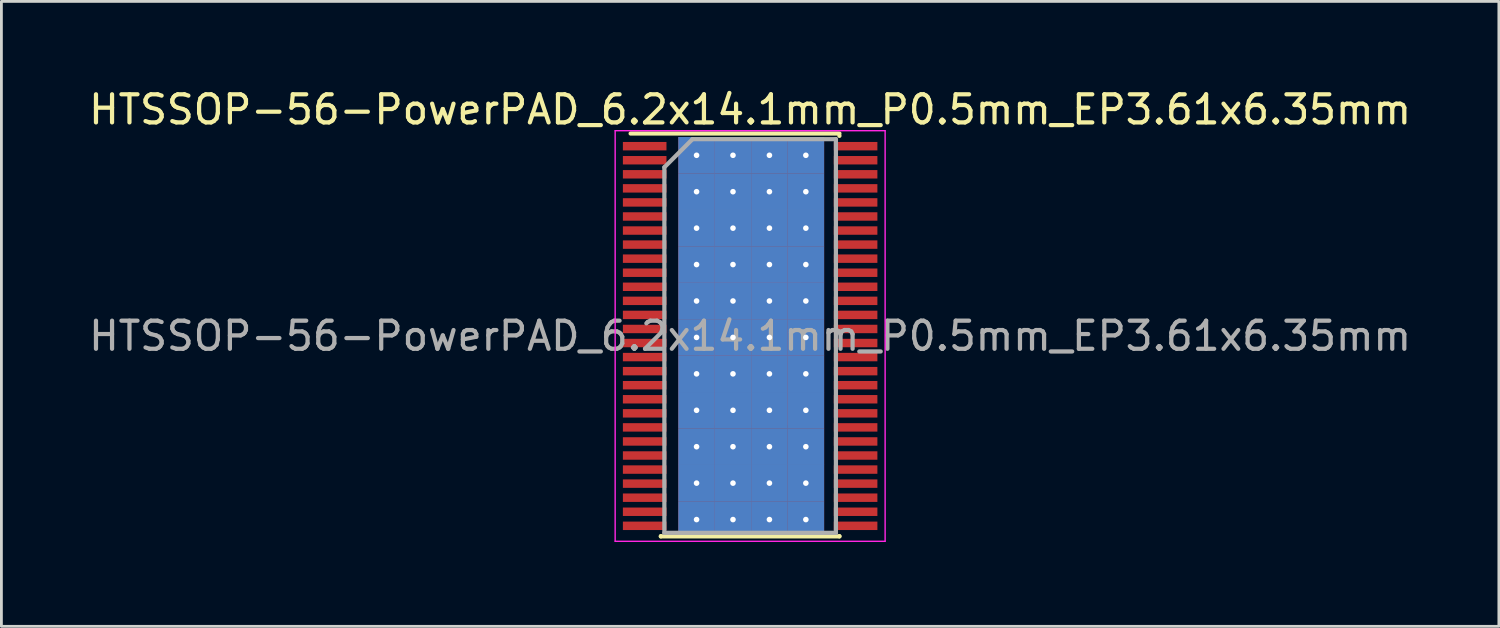
<source format=kicad_pcb>
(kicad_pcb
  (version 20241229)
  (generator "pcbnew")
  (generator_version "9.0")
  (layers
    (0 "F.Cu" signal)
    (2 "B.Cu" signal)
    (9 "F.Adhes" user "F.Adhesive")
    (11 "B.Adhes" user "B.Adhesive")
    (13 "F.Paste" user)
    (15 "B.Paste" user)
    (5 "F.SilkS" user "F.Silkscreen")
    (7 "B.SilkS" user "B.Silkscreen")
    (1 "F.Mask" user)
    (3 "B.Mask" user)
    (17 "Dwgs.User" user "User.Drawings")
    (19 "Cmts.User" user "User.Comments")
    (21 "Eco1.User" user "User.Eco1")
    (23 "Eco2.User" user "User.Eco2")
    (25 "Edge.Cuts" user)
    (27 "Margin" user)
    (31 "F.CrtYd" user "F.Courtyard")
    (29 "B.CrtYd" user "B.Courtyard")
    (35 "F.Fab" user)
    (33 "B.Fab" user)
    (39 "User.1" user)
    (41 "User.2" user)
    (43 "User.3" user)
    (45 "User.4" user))
  (footprint "HTSSOP-56-PowerPAD_6.2x14.1mm_P0.5mm_EP3.61x6.35mm"
    (layer "F.Cu")
    (at 23.625 8.898)
    (property "Reference" "HTSSOP-56-PowerPAD_6.2x14.1mm_P0.5mm_EP3.61x6.35mm" (at 0 -8.05 0) (layer "F.SilkS") (effects (font (size 1 1) (thickness 0.15))))
    (attr smd)
    (fp_line (start -4.25 -7.2) (end 3.175 -7.2) (stroke (width 0.15) (type solid)) (layer "F.SilkS"))
    (fp_line (start -3.175 7.125) (end -3.175 7.117) (stroke (width 0.15) (type solid)) (layer "F.SilkS"))
    (fp_line (start -3.175 7.125) (end 3.175 7.125) (stroke (width 0.15) (type solid)) (layer "F.SilkS"))
    (fp_line (start 3.175 -7.125) (end 3.175 -7.117) (stroke (width 0.15) (type solid)) (layer "F.SilkS"))
    (fp_line (start 3.175 7.125) (end 3.175 7.117) (stroke (width 0.15) (type solid)) (layer "F.SilkS"))
    (fp_line (start -4.8 -7.3) (end -4.8 7.3) (stroke (width 0.05) (type solid)) (layer "F.CrtYd"))
    (fp_line (start -4.8 -7.3) (end 4.8 -7.3) (stroke (width 0.05) (type solid)) (layer "F.CrtYd"))
    (fp_line (start -4.8 7.3) (end 4.8 7.3) (stroke (width 0.05) (type solid)) (layer "F.CrtYd"))
    (fp_line (start 4.8 -7.3) (end 4.8 7.3) (stroke (width 0.05) (type solid)) (layer "F.CrtYd"))
    (fp_line (start -3.05 -6) (end -2.05 -7) (stroke (width 0.15) (type solid)) (layer "F.Fab"))
    (fp_line (start -3.05 7) (end -3.05 -6) (stroke (width 0.15) (type solid)) (layer "F.Fab"))
    (fp_line (start -2.05 -7) (end 3.05 -7) (stroke (width 0.15) (type solid)) (layer "F.Fab"))
    (fp_line (start 3.05 -7) (end 3.05 7) (stroke (width 0.15) (type solid)) (layer "F.Fab"))
    (fp_line (start 3.05 7) (end -3.05 7) (stroke (width 0.15) (type solid)) (layer "F.Fab"))
    (fp_text user "${REFERENCE}" (at 0 0 0) (layer "F.Fab") (effects (font (size 1 1) (thickness 0.15))))
    (pad "" smd rect (at -1.203 -2.54) (size 0.96 1.03) (layers "F.Paste"))
    (pad "" smd rect (at -1.203 -1.27) (size 0.96 1.03) (layers "F.Paste"))
    (pad "" smd rect (at -1.203 0) (size 0.96 1.03) (layers "F.Paste"))
    (pad "" smd rect (at -1.203 1.27) (size 0.96 1.03) (layers "F.Paste"))
    (pad "" smd rect (at -1.203 2.54) (size 0.96 1.03) (layers "F.Paste"))
    (pad "" smd rect (at 0 -2.54) (size 0.96 1.03) (layers "F.Paste"))
    (pad "" smd rect (at 0 -1.27) (size 0.96 1.03) (layers "F.Paste"))
    (pad "" smd rect (at 0 0) (size 0.96 1.03) (layers "F.Paste"))
    (pad "" smd rect (at 0 1.27) (size 0.96 1.03) (layers "F.Paste"))
    (pad "" smd rect (at 0 2.54) (size 0.96 1.03) (layers "F.Paste"))
    (pad "" smd rect (at 1.203 -2.54) (size 0.96 1.03) (layers "F.Paste"))
    (pad "" smd rect (at 1.203 -1.27) (size 0.96 1.03) (layers "F.Paste"))
    (pad "" smd rect (at 1.203 0) (size 0.96 1.03) (layers "F.Paste"))
    (pad "" smd rect (at 1.203 1.27) (size 0.96 1.03) (layers "F.Paste"))
    (pad "" smd rect (at 1.203 2.54) (size 0.96 1.03) (layers "F.Paste"))
    (pad "1" smd rect (at -3.75 -6.75) (size 1.55 0.3) (layers "F.Cu" "F.Mask" "F.Paste"))
    (pad "2" smd rect (at -3.75 -6.25) (size 1.55 0.3) (layers "F.Cu" "F.Mask" "F.Paste"))
    (pad "3" smd rect (at -3.75 -5.75) (size 1.55 0.3) (layers "F.Cu" "F.Mask" "F.Paste"))
    (pad "4" smd rect (at -3.75 -5.25) (size 1.55 0.3) (layers "F.Cu" "F.Mask" "F.Paste"))
    (pad "5" smd rect (at -3.75 -4.75) (size 1.55 0.3) (layers "F.Cu" "F.Mask" "F.Paste"))
    (pad "6" smd rect (at -3.75 -4.25) (size 1.55 0.3) (layers "F.Cu" "F.Mask" "F.Paste"))
    (pad "7" smd rect (at -3.75 -3.75) (size 1.55 0.3) (layers "F.Cu" "F.Mask" "F.Paste"))
    (pad "8" smd rect (at -3.75 -3.25) (size 1.55 0.3) (layers "F.Cu" "F.Mask" "F.Paste"))
    (pad "9" smd rect (at -3.75 -2.75) (size 1.55 0.3) (layers "F.Cu" "F.Mask" "F.Paste"))
    (pad "10" smd rect (at -3.75 -2.25) (size 1.55 0.3) (layers "F.Cu" "F.Mask" "F.Paste"))
    (pad "11" smd rect (at -3.75 -1.75) (size 1.55 0.3) (layers "F.Cu" "F.Mask" "F.Paste"))
    (pad "12" smd rect (at -3.75 -1.25) (size 1.55 0.3) (layers "F.Cu" "F.Mask" "F.Paste"))
    (pad "13" smd rect (at -3.75 -0.75) (size 1.55 0.3) (layers "F.Cu" "F.Mask" "F.Paste"))
    (pad "14" smd rect (at -3.75 -0.25) (size 1.55 0.3) (layers "F.Cu" "F.Mask" "F.Paste"))
    (pad "15" smd rect (at -3.75 0.25) (size 1.55 0.3) (layers "F.Cu" "F.Mask" "F.Paste"))
    (pad "16" smd rect (at -3.75 0.75) (size 1.55 0.3) (layers "F.Cu" "F.Mask" "F.Paste"))
    (pad "17" smd rect (at -3.75 1.25) (size 1.55 0.3) (layers "F.Cu" "F.Mask" "F.Paste"))
    (pad "18" smd rect (at -3.75 1.75) (size 1.55 0.3) (layers "F.Cu" "F.Mask" "F.Paste"))
    (pad "19" smd rect (at -3.75 2.25) (size 1.55 0.3) (layers "F.Cu" "F.Mask" "F.Paste"))
    (pad "20" smd rect (at -3.75 2.75) (size 1.55 0.3) (layers "F.Cu" "F.Mask" "F.Paste"))
    (pad "21" smd rect (at -3.75 3.25) (size 1.55 0.3) (layers "F.Cu" "F.Mask" "F.Paste"))
    (pad "22" smd rect (at -3.75 3.75) (size 1.55 0.3) (layers "F.Cu" "F.Mask" "F.Paste"))
    (pad "23" smd rect (at -3.75 4.25) (size 1.55 0.3) (layers "F.Cu" "F.Mask" "F.Paste"))
    (pad "24" smd rect (at -3.75 4.75) (size 1.55 0.3) (layers "F.Cu" "F.Mask" "F.Paste"))
    (pad "25" smd rect (at -3.75 5.25) (size 1.55 0.3) (layers "F.Cu" "F.Mask" "F.Paste"))
    (pad "26" smd rect (at -3.75 5.75) (size 1.55 0.3) (layers "F.Cu" "F.Mask" "F.Paste"))
    (pad "27" smd rect (at -3.75 6.25) (size 1.55 0.3) (layers "F.Cu" "F.Mask" "F.Paste"))
    (pad "28" smd rect (at -3.75 6.75) (size 1.55 0.3) (layers "F.Cu" "F.Mask" "F.Paste"))
    (pad "29" smd rect (at 3.75 6.75) (size 1.55 0.3) (layers "F.Cu" "F.Mask" "F.Paste"))
    (pad "30" smd rect (at 3.75 6.25) (size 1.55 0.3) (layers "F.Cu" "F.Mask" "F.Paste"))
    (pad "31" smd rect (at 3.75 5.75) (size 1.55 0.3) (layers "F.Cu" "F.Mask" "F.Paste"))
    (pad "32" smd rect (at 3.75 5.25) (size 1.55 0.3) (layers "F.Cu" "F.Mask" "F.Paste"))
    (pad "33" smd rect (at 3.75 4.75) (size 1.55 0.3) (layers "F.Cu" "F.Mask" "F.Paste"))
    (pad "34" smd rect (at 3.75 4.25) (size 1.55 0.3) (layers "F.Cu" "F.Mask" "F.Paste"))
    (pad "35" smd rect (at 3.75 3.75) (size 1.55 0.3) (layers "F.Cu" "F.Mask" "F.Paste"))
    (pad "36" smd rect (at 3.75 3.25) (size 1.55 0.3) (layers "F.Cu" "F.Mask" "F.Paste"))
    (pad "37" smd rect (at 3.75 2.75) (size 1.55 0.3) (layers "F.Cu" "F.Mask" "F.Paste"))
    (pad "38" smd rect (at 3.75 2.25) (size 1.55 0.3) (layers "F.Cu" "F.Mask" "F.Paste"))
    (pad "39" smd rect (at 3.75 1.75) (size 1.55 0.3) (layers "F.Cu" "F.Mask" "F.Paste"))
    (pad "40" smd rect (at 3.75 1.25) (size 1.55 0.3) (layers "F.Cu" "F.Mask" "F.Paste"))
    (pad "41" smd rect (at 3.75 0.75) (size 1.55 0.3) (layers "F.Cu" "F.Mask" "F.Paste"))
    (pad "42" smd rect (at 3.75 0.25) (size 1.55 0.3) (layers "F.Cu" "F.Mask" "F.Paste"))
    (pad "43" smd rect (at 3.75 -0.25) (size 1.55 0.3) (layers "F.Cu" "F.Mask" "F.Paste"))
    (pad "44" smd rect (at 3.75 -0.75) (size 1.55 0.3) (layers "F.Cu" "F.Mask" "F.Paste"))
    (pad "45" smd rect (at 3.75 -1.25) (size 1.55 0.3) (layers "F.Cu" "F.Mask" "F.Paste"))
    (pad "46" smd rect (at 3.75 -1.75) (size 1.55 0.3) (layers "F.Cu" "F.Mask" "F.Paste"))
    (pad "47" smd rect (at 3.75 -2.25) (size 1.55 0.3) (layers "F.Cu" "F.Mask" "F.Paste"))
    (pad "48" smd rect (at 3.75 -2.75) (size 1.55 0.3) (layers "F.Cu" "F.Mask" "F.Paste"))
    (pad "49" smd rect (at 3.75 -3.25) (size 1.55 0.3) (layers "F.Cu" "F.Mask" "F.Paste"))
    (pad "50" smd rect (at 3.75 -3.75) (size 1.55 0.3) (layers "F.Cu" "F.Mask" "F.Paste"))
    (pad "51" smd rect (at 3.75 -4.25) (size 1.55 0.3) (layers "F.Cu" "F.Mask" "F.Paste"))
    (pad "52" smd rect (at 3.75 -4.75) (size 1.55 0.3) (layers "F.Cu" "F.Mask" "F.Paste"))
    (pad "53" smd rect (at 3.75 -5.25) (size 1.55 0.3) (layers "F.Cu" "F.Mask" "F.Paste"))
    (pad "54" smd rect (at 3.75 -5.75) (size 1.55 0.3) (layers "F.Cu" "F.Mask" "F.Paste"))
    (pad "55" smd rect (at 3.75 -6.25) (size 1.55 0.3) (layers "F.Cu" "F.Mask" "F.Paste"))
    (pad "56" smd rect (at 3.75 -6.75) (size 1.55 0.3) (layers "F.Cu" "F.Mask" "F.Paste"))
    (pad "57" thru_hole rect (at -1.905 -6.426) (size 1.3 1.3) (drill 0.2) (layers "*.Cu"))
    (pad "57" thru_hole rect (at -1.905 -5.131) (size 1.3 1.3) (drill 0.2) (layers "*.Cu"))
    (pad "57" thru_hole rect (at -1.905 -3.835) (size 1.3 1.3) (drill 0.2) (layers "*.Cu"))
    (pad "57" thru_hole rect (at -1.905 -2.54) (size 1.3 1.3) (drill 0.2) (layers "*.Cu"))
    (pad "57" thru_hole rect (at -1.905 -1.245) (size 1.3 1.3) (drill 0.2) (layers "*.Cu"))
    (pad "57" thru_hole rect (at -1.905 0.051) (size 1.3 1.3) (drill 0.2) (layers "*.Cu"))
    (pad "57" thru_hole rect (at -1.905 1.346) (size 1.3 1.3) (drill 0.2) (layers "*.Cu"))
    (pad "57" thru_hole rect (at -1.905 2.642) (size 1.3 1.3) (drill 0.2) (layers "*.Cu"))
    (pad "57" thru_hole rect (at -1.905 3.937) (size 1.3 1.3) (drill 0.2) (layers "*.Cu"))
    (pad "57" thru_hole rect (at -1.905 5.232) (size 1.3 1.3) (drill 0.2) (layers "*.Cu"))
    (pad "57" thru_hole rect (at -1.905 6.528) (size 1.3 1.3) (drill 0.2) (layers "*.Cu"))
    (pad "57" thru_hole rect (at -0.61 -6.426) (size 1.3 1.3) (drill 0.2) (layers "*.Cu"))
    (pad "57" thru_hole rect (at -0.61 -5.131) (size 1.3 1.3) (drill 0.2) (layers "*.Cu"))
    (pad "57" thru_hole rect (at -0.61 -3.835) (size 1.3 1.3) (drill 0.2) (layers "*.Cu"))
    (pad "57" thru_hole rect (at -0.61 -2.54) (size 1.3 1.3) (drill 0.2) (layers "*.Cu"))
    (pad "57" thru_hole rect (at -0.61 -1.245) (size 1.3 1.3) (drill 0.2) (layers "*.Cu"))
    (pad "57" thru_hole rect (at -0.61 0.051) (size 1.3 1.3) (drill 0.2) (layers "*.Cu"))
    (pad "57" thru_hole rect (at -0.61 1.346) (size 1.3 1.3) (drill 0.2) (layers "*.Cu"))
    (pad "57" thru_hole rect (at -0.61 2.642) (size 1.3 1.3) (drill 0.2) (layers "*.Cu"))
    (pad "57" thru_hole rect (at -0.61 3.937) (size 1.3 1.3) (drill 0.2) (layers "*.Cu"))
    (pad "57" thru_hole rect (at -0.61 5.232) (size 1.3 1.3) (drill 0.2) (layers "*.Cu"))
    (pad "57" thru_hole rect (at -0.61 6.528) (size 1.3 1.3) (drill 0.2) (layers "*.Cu"))
    (pad "57" smd rect (at 0 0) (size 3.61 6.35) (layers "F.Cu" "F.Mask"))
    (pad "57" thru_hole rect (at 0.686 -6.426) (size 1.3 1.3) (drill 0.2) (layers "*.Cu"))
    (pad "57" thru_hole rect (at 0.686 -5.131) (size 1.3 1.3) (drill 0.2) (layers "*.Cu"))
    (pad "57" thru_hole rect (at 0.686 -3.835) (size 1.3 1.3) (drill 0.2) (layers "*.Cu"))
    (pad "57" thru_hole rect (at 0.686 -2.54) (size 1.3 1.3) (drill 0.2) (layers "*.Cu"))
    (pad "57" thru_hole rect (at 0.686 -1.245) (size 1.3 1.3) (drill 0.2) (layers "*.Cu"))
    (pad "57" thru_hole rect (at 0.686 0.051) (size 1.3 1.3) (drill 0.2) (layers "*.Cu"))
    (pad "57" thru_hole rect (at 0.686 1.346) (size 1.3 1.3) (drill 0.2) (layers "*.Cu"))
    (pad "57" thru_hole rect (at 0.686 2.642) (size 1.3 1.3) (drill 0.2) (layers "*.Cu"))
    (pad "57" thru_hole rect (at 0.686 3.937) (size 1.3 1.3) (drill 0.2) (layers "*.Cu"))
    (pad "57" thru_hole rect (at 0.686 5.232) (size 1.3 1.3) (drill 0.2) (layers "*.Cu"))
    (pad "57" thru_hole rect (at 0.686 6.528) (size 1.3 1.3) (drill 0.2) (layers "*.Cu"))
    (pad "57" thru_hole rect (at 1.981 -6.426) (size 1.3 1.3) (drill 0.2) (layers "*.Cu"))
    (pad "57" thru_hole rect (at 1.981 -5.131) (size 1.3 1.3) (drill 0.2) (layers "*.Cu"))
    (pad "57" thru_hole rect (at 1.981 -3.835) (size 1.3 1.3) (drill 0.2) (layers "*.Cu"))
    (pad "57" thru_hole rect (at 1.981 -2.54) (size 1.3 1.3) (drill 0.2) (layers "*.Cu"))
    (pad "57" thru_hole rect (at 1.981 -1.245) (size 1.3 1.3) (drill 0.2) (layers "*.Cu"))
    (pad "57" thru_hole rect (at 1.981 0.051) (size 1.3 1.3) (drill 0.2) (layers "*.Cu"))
    (pad "57" thru_hole rect (at 1.981 1.346) (size 1.3 1.3) (drill 0.2) (layers "*.Cu"))
    (pad "57" thru_hole rect (at 1.981 2.642) (size 1.3 1.3) (drill 0.2) (layers "*.Cu"))
    (pad "57" thru_hole rect (at 1.981 3.937) (size 1.3 1.3) (drill 0.2) (layers "*.Cu"))
    (pad "57" thru_hole rect (at 1.981 5.232) (size 1.3 1.3) (drill 0.2) (layers "*.Cu"))
    (pad "57" thru_hole rect (at 1.981 6.528) (size 1.3 1.3) (drill 0.2) (layers "*.Cu")))
  (gr_rect
    (start -3 -3)
    (end 50.25 19.223)
    (stroke (width 0.1) (type default))
    (fill no)
    (layer "Edge.Cuts")))
</source>
